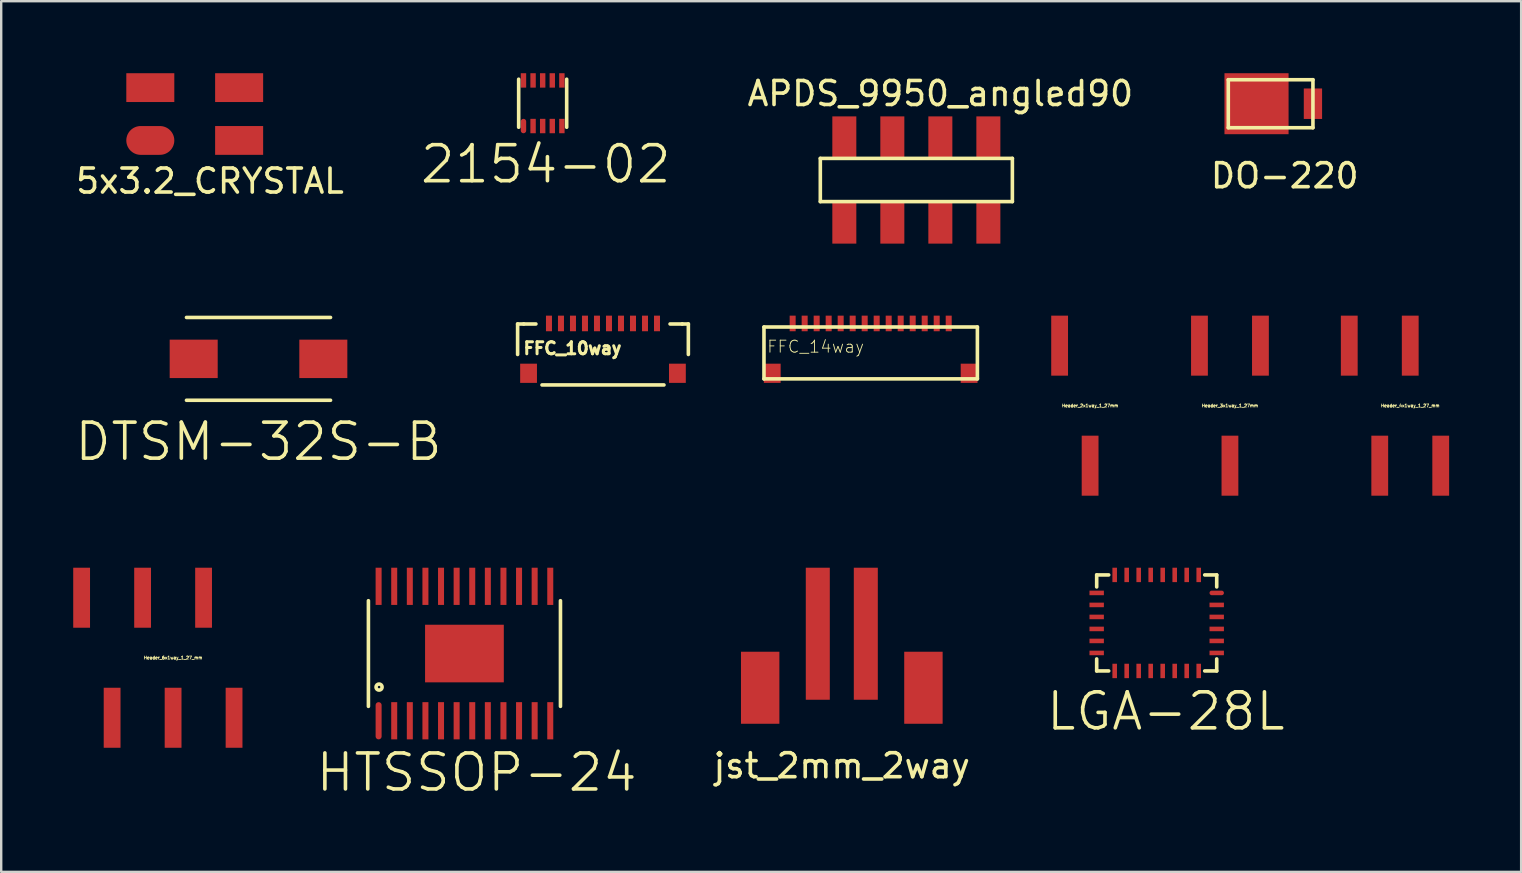
<source format=kicad_pcb>
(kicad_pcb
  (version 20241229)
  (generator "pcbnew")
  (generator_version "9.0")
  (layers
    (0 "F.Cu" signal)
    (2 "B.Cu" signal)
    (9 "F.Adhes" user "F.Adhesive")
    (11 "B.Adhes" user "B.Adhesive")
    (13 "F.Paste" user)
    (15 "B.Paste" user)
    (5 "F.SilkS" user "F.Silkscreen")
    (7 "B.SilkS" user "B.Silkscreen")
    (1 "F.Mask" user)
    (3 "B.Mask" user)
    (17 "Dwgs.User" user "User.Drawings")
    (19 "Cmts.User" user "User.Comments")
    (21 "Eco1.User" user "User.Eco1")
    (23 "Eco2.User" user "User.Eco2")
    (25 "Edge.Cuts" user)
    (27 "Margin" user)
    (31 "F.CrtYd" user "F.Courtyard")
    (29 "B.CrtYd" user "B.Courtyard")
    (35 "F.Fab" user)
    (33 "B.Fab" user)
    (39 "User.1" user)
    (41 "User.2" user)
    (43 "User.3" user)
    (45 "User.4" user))
  (footprint "Header_3x1way_1_27mm"
    (layer "F.Cu")
    (at 48.183 13.848)
    (property "Reference" "Header_3x1way_1_27mm" (at 0 0 0) (layer "F.SilkS") (effects (font (size 0.127 0.127) (thickness 0.032))))
    (attr through_hole)
    (pad "1" smd rect (at -1.27 -2.5) (size 0.7 2.5) (layers "F.Cu" "F.Mask" "F.Paste"))
    (pad "2" smd rect (at 0 2.5) (size 0.7 2.5) (layers "F.Cu" "F.Mask" "F.Paste"))
    (pad "3" smd rect (at 1.27 -2.5) (size 0.7 2.5) (layers "F.Cu" "F.Mask" "F.Paste")))
  (footprint "jst_2mm_2way"
    (layer "F.Cu")
    (at 32.015 23.348)
    (property "Reference" "jst_2mm_2way" (at 0 5.5 0) (layer "F.SilkS") (effects (font (size 1 1) (thickness 0.15))))
    (attr through_hole)
    (pad "1" smd rect (at -1 0) (size 1 5.5) (layers "F.Cu" "F.Mask" "F.Paste"))
    (pad "2" smd rect (at 1 0) (size 1 5.5) (layers "F.Cu" "F.Mask" "F.Paste"))
    (pad "3" smd rect (at -3.4 2.25) (size 1.6 3) (layers "F.Cu" "F.Mask" "F.Paste"))
    (pad "4" smd rect (at 3.4 2.25) (size 1.6 3) (layers "F.Cu" "F.Mask" "F.Paste")))
  (footprint "DO-220"
    (layer "F.Cu")
    (at 50.465 1.27)
    (property "Reference" "DO-220" (at 0 3 0) (layer "F.SilkS") (effects (font (size 1 1) (thickness 0.15))))
    (attr through_hole)
    (fp_line (start -2.351 -1) (end 1.175 -1) (stroke (width 0.15) (type solid)) (layer "F.SilkS"))
    (fp_line (start -2.351 1) (end -2.351 -1) (stroke (width 0.15) (type solid)) (layer "F.SilkS"))
    (fp_line (start 1.175 -1) (end 1.175 1) (stroke (width 0.15) (type solid)) (layer "F.SilkS"))
    (fp_line (start 1.175 1) (end -2.351 1) (stroke (width 0.15) (type solid)) (layer "F.SilkS"))
    (pad "1" smd rect (at 1.175 0) (size 0.762 1.27) (layers "F.Cu" "F.Mask" "F.Paste"))
    (pad "2" smd rect (at -1.175 0) (size 2.67 2.54) (layers "F.Cu" "F.Mask" "F.Paste")))
  (footprint "Header_6x1way_1_27_mm"
    (layer "F.Cu")
    (at 4.16 24.348)
    (property "Reference" "Header_6x1way_1_27_mm" (at 0 0 0) (layer "F.SilkS") (effects (font (size 0.127 0.127) (thickness 0.032))))
    (attr through_hole)
    (pad "1" smd rect (at -3.81 -2.5) (size 0.7 2.5) (layers "F.Cu" "F.Mask" "F.Paste"))
    (pad "2" smd rect (at -2.54 2.5) (size 0.7 2.5) (layers "F.Cu" "F.Mask" "F.Paste"))
    (pad "3" smd rect (at -1.27 -2.5) (size 0.7 2.5) (layers "F.Cu" "F.Mask" "F.Paste"))
    (pad "4" smd rect (at 0 2.5) (size 0.7 2.5) (layers "F.Cu" "F.Mask" "F.Paste"))
    (pad "5" smd rect (at 1.27 -2.5) (size 0.7 2.5) (layers "F.Cu" "F.Mask" "F.Paste"))
    (pad "6" smd rect (at 2.54 2.5) (size 0.7 2.5) (layers "F.Cu" "F.Mask" "F.Paste")))
  (footprint "DTSM-32S-B"
    (layer "F.Cu")
    (at 7.718 11.898)
    (property "Reference" "DTSM-32S-B" (at 0 3.45 0) (layer "F.SilkS") (effects (font (size 1.5 1.5) (thickness 0.15))))
    (attr through_hole)
    (fp_line (start -3 -1.725) (end 3 -1.725) (stroke (width 0.15) (type solid)) (layer "F.SilkS"))
    (fp_line (start -3 1.725) (end 3 1.725) (stroke (width 0.15) (type solid)) (layer "F.SilkS"))
    (pad "1" smd rect (at -2.7 0) (size 2 1.6) (layers "F.Cu" "F.Mask" "F.Paste"))
    (pad "2" smd rect (at 2.7 0) (size 2 1.6) (layers "F.Cu" "F.Mask" "F.Paste")))
  (footprint "FFC_10way"
    (layer "F.Cu")
    (at 22.067 11.461)
    (property "Reference" "FFC_10way" (at -1.27 0 0) (layer "F.SilkS") (effects (font (size 0.5 0.5) (thickness 0.125))))
    (attr through_hole)
    (fp_line (start -3.556 -1.016) (end -3.556 0.254) (stroke (width 0.15) (type solid)) (layer "F.SilkS"))
    (fp_line (start -3.302 -1.016) (end -3.556 -1.016) (stroke (width 0.15) (type solid)) (layer "F.SilkS"))
    (fp_line (start -2.794 -1.016) (end -3.302 -1.016) (stroke (width 0.15) (type solid)) (layer "F.SilkS"))
    (fp_line (start 2.54 1.524) (end -2.54 1.524) (stroke (width 0.15) (type solid)) (layer "F.SilkS"))
    (fp_line (start 3.302 -1.016) (end 2.794 -1.016) (stroke (width 0.15) (type solid)) (layer "F.SilkS"))
    (fp_line (start 3.302 -1.016) (end 3.556 -1.016) (stroke (width 0.15) (type solid)) (layer "F.SilkS"))
    (fp_line (start 3.556 -1.016) (end 3.556 0.254) (stroke (width 0.15) (type solid)) (layer "F.SilkS"))
    (pad "1" smd rect (at -2.25 -1.038) (size 0.25 0.65) (layers "F.Cu" "F.Mask" "F.Paste"))
    (pad "2" smd rect (at -1.75 -1.038) (size 0.25 0.65) (layers "F.Cu" "F.Mask" "F.Paste"))
    (pad "3" smd rect (at -1.25 -1.038) (size 0.25 0.65) (layers "F.Cu" "F.Mask" "F.Paste"))
    (pad "4" smd rect (at -0.75 -1.038) (size 0.25 0.65) (layers "F.Cu" "F.Mask" "F.Paste"))
    (pad "5" smd rect (at -0.25 -1.038) (size 0.25 0.65) (layers "F.Cu" "F.Mask" "F.Paste"))
    (pad "6" smd rect (at 0.25 -1.038) (size 0.25 0.65) (layers "F.Cu" "F.Mask" "F.Paste"))
    (pad "7" smd rect (at 0.75 -1.038) (size 0.25 0.65) (layers "F.Cu" "F.Mask" "F.Paste"))
    (pad "8" smd rect (at 1.25 -1.038) (size 0.25 0.65) (layers "F.Cu" "F.Mask" "F.Paste"))
    (pad "9" smd rect (at 1.75 -1.038) (size 0.25 0.65) (layers "F.Cu" "F.Mask" "F.Paste"))
    (pad "10" smd rect (at 2.25 -1.038) (size 0.25 0.65) (layers "F.Cu" "F.Mask" "F.Paste"))
    (pad "11" smd rect (at -3.1 1.038) (size 0.7 0.8) (layers "F.Cu" "F.Mask" "F.Paste"))
    (pad "12" smd rect (at 3.1 1.038) (size 0.7 0.8) (layers "F.Cu" "F.Mask" "F.Paste")))
  (footprint "HTSSOP-24"
    (layer "F.Cu")
    (at 16.296 24.173)
    (property "Reference" "HTSSOP-24" (at 0.508 4.953 0) (layer "F.SilkS") (effects (font (size 1.5 1.5) (thickness 0.15))))
    (attr through_hole)
    (fp_line (start -4 -2.2) (end -4 2.2) (stroke (width 0.15) (type solid)) (layer "F.SilkS"))
    (fp_line (start 4 -2.2) (end 4 2.2) (stroke (width 0.15) (type solid)) (layer "F.SilkS"))
    (fp_circle (center -3.556 1.397) (end -3.683 1.397) (stroke (width 0.15) (type solid)) (fill no) (layer "F.SilkS"))
    (pad "1" smd oval (at -3.575 2.8) (size 0.25 1.55) (layers "F.Cu" "F.Mask" "F.Paste"))
    (pad "2" smd rect (at -2.925 2.8) (size 0.25 1.55) (layers "F.Cu" "F.Mask" "F.Paste"))
    (pad "3" smd rect (at -2.275 2.8) (size 0.25 1.55) (layers "F.Cu" "F.Mask" "F.Paste"))
    (pad "4" smd rect (at -1.625 2.8) (size 0.25 1.55) (layers "F.Cu" "F.Mask" "F.Paste"))
    (pad "5" smd rect (at -0.975 2.8) (size 0.25 1.55) (layers "F.Cu" "F.Mask" "F.Paste"))
    (pad "6" smd rect (at -0.325 2.8) (size 0.25 1.55) (layers "F.Cu" "F.Mask" "F.Paste"))
    (pad "7" smd rect (at 0.325 2.8) (size 0.25 1.55) (layers "F.Cu" "F.Mask" "F.Paste"))
    (pad "8" smd rect (at 0.975 2.8) (size 0.25 1.55) (layers "F.Cu" "F.Mask" "F.Paste"))
    (pad "9" smd rect (at 1.625 2.8) (size 0.25 1.55) (layers "F.Cu" "F.Mask" "F.Paste"))
    (pad "10" smd rect (at 2.275 2.8) (size 0.25 1.55) (layers "F.Cu" "F.Mask" "F.Paste"))
    (pad "11" smd rect (at 2.925 2.8) (size 0.25 1.55) (layers "F.Cu" "F.Mask" "F.Paste"))
    (pad "12" smd rect (at 3.575 2.8) (size 0.25 1.55) (layers "F.Cu" "F.Mask" "F.Paste"))
    (pad "13" smd rect (at 3.575 -2.8) (size 0.25 1.55) (layers "F.Cu" "F.Mask" "F.Paste"))
    (pad "14" smd rect (at 2.925 -2.8) (size 0.25 1.55) (layers "F.Cu" "F.Mask" "F.Paste"))
    (pad "15" smd rect (at 2.275 -2.8) (size 0.25 1.55) (layers "F.Cu" "F.Mask" "F.Paste"))
    (pad "16" smd rect (at 1.625 -2.8) (size 0.25 1.55) (layers "F.Cu" "F.Mask" "F.Paste"))
    (pad "17" smd rect (at 0.975 -2.8) (size 0.25 1.55) (layers "F.Cu" "F.Mask" "F.Paste"))
    (pad "18" smd rect (at 0.325 -2.8) (size 0.25 1.55) (layers "F.Cu" "F.Mask" "F.Paste"))
    (pad "19" smd rect (at -0.325 -2.8) (size 0.25 1.55) (layers "F.Cu" "F.Mask" "F.Paste"))
    (pad "20" smd rect (at -0.975 -2.8) (size 0.25 1.55) (layers "F.Cu" "F.Mask" "F.Paste"))
    (pad "21" smd rect (at -1.625 -2.8) (size 0.25 1.55) (layers "F.Cu" "F.Mask" "F.Paste"))
    (pad "22" smd rect (at -2.275 -2.8) (size 0.25 1.55) (layers "F.Cu" "F.Mask" "F.Paste"))
    (pad "23" smd rect (at -2.925 -2.8) (size 0.25 1.55) (layers "F.Cu" "F.Mask" "F.Paste"))
    (pad "24" smd rect (at -3.575 -2.8) (size 0.25 1.55) (layers "F.Cu" "F.Mask" "F.Paste"))
    (pad "PAD" smd rect (at 0 0) (size 3.28 2.4) (layers "F.Cu" "F.Mask" "F.Paste")))
  (footprint "LGA-28L"
    (layer "F.Cu")
    (at 45.132 22.898)
    (property "Reference" "LGA-28L" (at 0.381 3.683 0) (layer "F.SilkS") (effects (font (size 1.5 1.5) (thickness 0.15))))
    (attr through_hole)
    (fp_line (start -2.5 -2) (end -2.5 -1.5) (stroke (width 0.15) (type solid)) (layer "F.SilkS"))
    (fp_line (start -2.5 2) (end -2.5 1.5) (stroke (width 0.15) (type solid)) (layer "F.SilkS"))
    (fp_line (start -2.5 2) (end -2 2) (stroke (width 0.15) (type solid)) (layer "F.SilkS"))
    (fp_line (start -2 -2) (end -2.5 -2) (stroke (width 0.15) (type solid)) (layer "F.SilkS"))
    (fp_line (start 2 2) (end 2.5 2) (stroke (width 0.15) (type solid)) (layer "F.SilkS"))
    (fp_line (start 2.5 -2) (end 2 -2) (stroke (width 0.15) (type solid)) (layer "F.SilkS"))
    (fp_line (start 2.5 -1.5) (end 2.5 -2) (stroke (width 0.15) (type solid)) (layer "F.SilkS"))
    (fp_line (start 2.5 2) (end 2.5 1.5) (stroke (width 0.15) (type solid)) (layer "F.SilkS"))
    (pad "1" smd oval (at 2.5 -1.25) (size 0.6 0.19) (layers "F.Cu" "F.Mask" "F.Paste"))
    (pad "2" smd rect (at 2.5 -0.75) (size 0.6 0.19) (layers "F.Cu" "F.Mask" "F.Paste"))
    (pad "3" smd rect (at 2.5 -0.25) (size 0.6 0.19) (layers "F.Cu" "F.Mask" "F.Paste"))
    (pad "4" smd rect (at 2.5 0.25) (size 0.6 0.19) (layers "F.Cu" "F.Mask" "F.Paste"))
    (pad "5" smd rect (at 2.5 0.75) (size 0.6 0.19) (layers "F.Cu" "F.Mask" "F.Paste"))
    (pad "6" smd rect (at 2.5 1.25) (size 0.6 0.19) (layers "F.Cu" "F.Mask" "F.Paste"))
    (pad "7" smd rect (at 1.75 2) (size 0.19 0.6) (layers "F.Cu" "F.Mask" "F.Paste"))
    (pad "8" smd rect (at 1.25 2) (size 0.19 0.6) (layers "F.Cu" "F.Mask" "F.Paste"))
    (pad "9" smd rect (at 0.75 2) (size 0.19 0.6) (layers "F.Cu" "F.Mask" "F.Paste"))
    (pad "10" smd rect (at 0.25 2) (size 0.19 0.6) (layers "F.Cu" "F.Mask" "F.Paste"))
    (pad "11" smd rect (at -0.25 2) (size 0.19 0.6) (layers "F.Cu" "F.Mask" "F.Paste"))
    (pad "12" smd rect (at -0.75 2) (size 0.19 0.6) (layers "F.Cu" "F.Mask" "F.Paste"))
    (pad "13" smd rect (at -1.25 2) (size 0.19 0.6) (layers "F.Cu" "F.Mask" "F.Paste"))
    (pad "14" smd rect (at -1.75 2) (size 0.19 0.6) (layers "F.Cu" "F.Mask" "F.Paste"))
    (pad "15" smd rect (at -2.5 1.25) (size 0.6 0.19) (layers "F.Cu" "F.Mask" "F.Paste"))
    (pad "16" smd rect (at -2.5 0.75) (size 0.6 0.19) (layers "F.Cu" "F.Mask" "F.Paste"))
    (pad "17" smd rect (at -2.5 0.25) (size 0.6 0.19) (layers "F.Cu" "F.Mask" "F.Paste"))
    (pad "18" smd rect (at -2.5 -0.25) (size 0.6 0.19) (layers "F.Cu" "F.Mask" "F.Paste"))
    (pad "19" smd rect (at -2.5 -0.75) (size 0.6 0.19) (layers "F.Cu" "F.Mask" "F.Paste"))
    (pad "20" smd rect (at -2.5 -1.25) (size 0.6 0.19) (layers "F.Cu" "F.Mask" "F.Paste"))
    (pad "21" smd rect (at -1.75 -2) (size 0.19 0.6) (layers "F.Cu" "F.Mask" "F.Paste"))
    (pad "22" smd rect (at -1.25 -2) (size 0.19 0.6) (layers "F.Cu" "F.Mask" "F.Paste"))
    (pad "23" smd rect (at -0.75 -2) (size 0.19 0.6) (layers "F.Cu" "F.Mask" "F.Paste"))
    (pad "24" smd rect (at -0.25 -2) (size 0.19 0.6) (layers "F.Cu" "F.Mask" "F.Paste"))
    (pad "25" smd rect (at 0.25 -2) (size 0.19 0.6) (layers "F.Cu" "F.Mask" "F.Paste"))
    (pad "26" smd rect (at 0.75 -2) (size 0.19 0.6) (layers "F.Cu" "F.Mask" "F.Paste"))
    (pad "27" smd rect (at 1.25 -2) (size 0.19 0.6) (layers "F.Cu" "F.Mask" "F.Paste"))
    (pad "28" smd rect (at 1.75 -2) (size 0.19 0.6) (layers "F.Cu" "F.Mask" "F.Paste")))
  (footprint "APDS_9950_angled90"
    (layer "F.Cu")
    (at 35.12 4.448)
    (property "Reference" "APDS_9950_angled90" (at 1 -3.6 0) (layer "F.SilkS") (effects (font (size 1 1) (thickness 0.15))))
    (attr through_hole)
    (fp_line (start -4 -0.9) (end 4 -0.9) (stroke (width 0.15) (type solid)) (layer "F.SilkS"))
    (fp_line (start -4 0.9) (end -4 -0.9) (stroke (width 0.15) (type solid)) (layer "F.SilkS"))
    (fp_line (start 4 -0.9) (end 4 0.9) (stroke (width 0.15) (type solid)) (layer "F.SilkS"))
    (fp_line (start 4 0.9) (end -4 0.9) (stroke (width 0.15) (type solid)) (layer "F.SilkS"))
    (pad "1" smd rect (at -3 -1.8) (size 1 1.7) (layers "F.Cu" "F.Mask" "F.Paste"))
    (pad "2" smd rect (at -1 -1.8) (size 1 1.7) (layers "F.Cu" "F.Mask" "F.Paste"))
    (pad "3" smd rect (at 1 -1.8) (size 1 1.7) (layers "F.Cu" "F.Mask" "F.Paste"))
    (pad "4" smd rect (at 3 -1.8) (size 1 1.7) (layers "F.Cu" "F.Mask" "F.Paste"))
    (pad "5" smd rect (at 3 1.8) (size 1 1.7) (layers "F.Cu" "F.Mask" "F.Paste"))
    (pad "6" smd rect (at 1 1.8) (size 1 1.7) (layers "F.Cu" "F.Mask" "F.Paste"))
    (pad "7" smd rect (at -1 1.8) (size 1 1.7) (layers "F.Cu" "F.Mask" "F.Paste"))
    (pad "8" smd rect (at -3 1.8) (size 1 1.7) (layers "F.Cu" "F.Mask" "F.Paste")))
  (footprint "Header_4x1way_1_27_mm"
    (layer "F.Cu")
    (at 55.693 13.848)
    (property "Reference" "Header_4x1way_1_27_mm" (at 0 0 0) (layer "F.SilkS") (effects (font (size 0.127 0.127) (thickness 0.032))))
    (attr through_hole)
    (pad "1" smd rect (at -2.54 -2.5) (size 0.7 2.5) (layers "F.Cu" "F.Mask" "F.Paste"))
    (pad "2" smd rect (at -1.27 2.5) (size 0.7 2.5) (layers "F.Cu" "F.Mask" "F.Paste"))
    (pad "3" smd rect (at 0 -2.5) (size 0.7 2.5) (layers "F.Cu" "F.Mask" "F.Paste"))
    (pad "4" smd rect (at 1.27 2.5) (size 0.7 2.5) (layers "F.Cu" "F.Mask" "F.Paste")))
  (footprint "Header_2x1way_1_27mm"
    (layer "F.Cu")
    (at 42.358 13.848)
    (property "Reference" "Header_2x1way_1_27mm" (at 0 0 0) (layer "F.SilkS") (effects (font (size 0.127 0.127) (thickness 0.032))))
    (attr through_hole)
    (pad "1" smd rect (at -1.27 -2.5) (size 0.7 2.5) (layers "F.Cu" "F.Mask" "F.Paste"))
    (pad "2" smd rect (at 0 2.5) (size 0.7 2.5) (layers "F.Cu" "F.Mask" "F.Paste")))
  (footprint "FFC_14way"
    (layer "F.Cu")
    (at 33.218 11.461)
    (property "Reference" "FFC_14way" (at -2.291 -0.071 0) (layer "F.SilkS") (effects (font (size 0.5 0.5) (thickness 0.037))))
    (attr through_hole)
    (fp_line (start -4.445 -0.889) (end 4.445 -0.889) (stroke (width 0.15) (type solid)) (layer "F.SilkS"))
    (fp_line (start -4.445 1.27) (end -4.445 -0.889) (stroke (width 0.15) (type solid)) (layer "F.SilkS"))
    (fp_line (start 4.445 -0.889) (end 4.445 1.27) (stroke (width 0.15) (type solid)) (layer "F.SilkS"))
    (fp_line (start 4.445 1.27) (end -4.445 1.27) (stroke (width 0.15) (type solid)) (layer "F.SilkS"))
    (pad "1" smd rect (at -3.25 -1.038) (size 0.25 0.65) (layers "F.Cu" "F.Mask" "F.Paste"))
    (pad "2" smd rect (at -2.75 -1.038) (size 0.25 0.65) (layers "F.Cu" "F.Mask" "F.Paste"))
    (pad "3" smd rect (at -2.25 -1.038) (size 0.25 0.65) (layers "F.Cu" "F.Mask" "F.Paste"))
    (pad "4" smd rect (at -1.75 -1.038) (size 0.25 0.65) (layers "F.Cu" "F.Mask" "F.Paste"))
    (pad "5" smd rect (at -1.25 -1.038) (size 0.25 0.65) (layers "F.Cu" "F.Mask" "F.Paste"))
    (pad "6" smd rect (at -0.75 -1.038) (size 0.25 0.65) (layers "F.Cu" "F.Mask" "F.Paste"))
    (pad "7" smd rect (at -0.25 -1.038) (size 0.25 0.65) (layers "F.Cu" "F.Mask" "F.Paste"))
    (pad "8" smd rect (at 0.25 -1.038) (size 0.25 0.65) (layers "F.Cu" "F.Mask" "F.Paste"))
    (pad "9" smd rect (at 0.75 -1.038) (size 0.25 0.65) (layers "F.Cu" "F.Mask" "F.Paste"))
    (pad "10" smd rect (at 1.25 -1.038) (size 0.25 0.65) (layers "F.Cu" "F.Mask" "F.Paste"))
    (pad "11" smd rect (at 1.75 -1.038) (size 0.25 0.65) (layers "F.Cu" "F.Mask" "F.Paste"))
    (pad "12" smd rect (at 2.25 -1.038) (size 0.25 0.65) (layers "F.Cu" "F.Mask" "F.Paste"))
    (pad "13" smd rect (at 2.75 -1.038) (size 0.25 0.65) (layers "F.Cu" "F.Mask" "F.Paste"))
    (pad "14" smd rect (at 3.25 -1.038) (size 0.25 0.65) (layers "F.Cu" "F.Mask" "F.Paste"))
    (pad "15" smd rect (at -4.1 1.038) (size 0.7 0.8) (layers "F.Cu" "F.Mask" "F.Paste"))
    (pad "16" smd rect (at 4.1 1.038) (size 0.7 0.8) (layers "F.Cu" "F.Mask" "F.Paste")))
  (footprint "5x3.2_CRYSTAL"
    (layer "F.Cu")
    (at 5.061 1.7)
    (property "Reference" "5x3.2_CRYSTAL" (at 0.635 2.794 0) (layer "F.SilkS") (effects (font (size 1 1) (thickness 0.15))))
    (attr through_hole)
    (pad "1" smd oval (at -1.85 1.1) (size 2 1.2) (layers "F.Cu" "F.Mask" "F.Paste"))
    (pad "2" smd rect (at 1.85 1.1) (size 2 1.2) (layers "F.Cu" "F.Mask" "F.Paste"))
    (pad "3" smd rect (at 1.85 -1.1) (size 2 1.2) (layers "F.Cu" "F.Mask" "F.Paste"))
    (pad "4" smd rect (at -1.85 -1.1) (size 2 1.2) (layers "F.Cu" "F.Mask" "F.Paste")))
  (footprint "2154-02"
    (layer "F.Cu")
    (at 19.555 1.25)
    (property "Reference" "2154-02" (at 0.127 2.54 0) (layer "F.SilkS") (effects (font (size 1.5 1.5) (thickness 0.15))))
    (attr through_hole)
    (fp_line (start -1 -1) (end -1 1) (stroke (width 0.15) (type solid)) (layer "F.SilkS"))
    (fp_line (start 1 -1) (end 1 1) (stroke (width 0.15) (type solid)) (layer "F.SilkS"))
    (pad "1" smd oval (at -0.8 0.95) (size 0.225 0.6) (layers "F.Cu" "F.Mask" "F.Paste"))
    (pad "2" smd rect (at -0.4 0.95) (size 0.225 0.6) (layers "F.Cu" "F.Mask" "F.Paste"))
    (pad "3" smd rect (at 0 0.95) (size 0.225 0.6) (layers "F.Cu" "F.Mask" "F.Paste"))
    (pad "4" smd rect (at 0.4 0.95) (size 0.225 0.6) (layers "F.Cu" "F.Mask" "F.Paste"))
    (pad "5" smd rect (at 0.8 0.95) (size 0.225 0.6) (layers "F.Cu" "F.Mask" "F.Paste"))
    (pad "6" smd rect (at 0.8 -0.95) (size 0.225 0.6) (layers "F.Cu" "F.Mask" "F.Paste"))
    (pad "7" smd rect (at 0.4 -0.95) (size 0.225 0.6) (layers "F.Cu" "F.Mask" "F.Paste"))
    (pad "8" smd rect (at 0 -0.95) (size 0.225 0.6) (layers "F.Cu" "F.Mask" "F.Paste"))
    (pad "9" smd rect (at -0.4 -0.95) (size 0.225 0.6) (layers "F.Cu" "F.Mask" "F.Paste"))
    (pad "10" smd rect (at -0.8 -0.95) (size 0.225 0.6) (layers "F.Cu" "F.Mask" "F.Paste")))
  (gr_rect
    (start -3 -3)
    (end 60.313 33.267)
    (stroke (width 0.1) (type default))
    (fill no)
    (layer "Edge.Cuts")))
</source>
